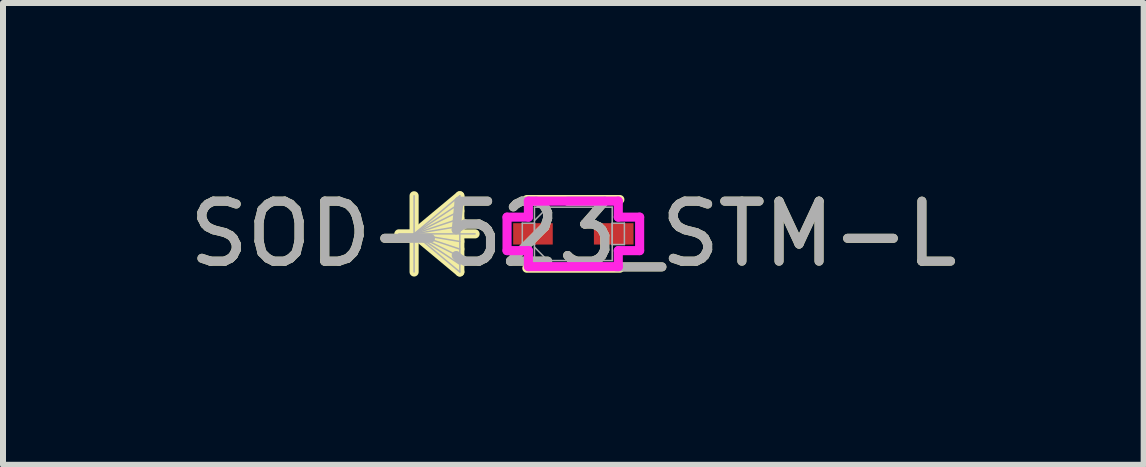
<source format=kicad_pcb>
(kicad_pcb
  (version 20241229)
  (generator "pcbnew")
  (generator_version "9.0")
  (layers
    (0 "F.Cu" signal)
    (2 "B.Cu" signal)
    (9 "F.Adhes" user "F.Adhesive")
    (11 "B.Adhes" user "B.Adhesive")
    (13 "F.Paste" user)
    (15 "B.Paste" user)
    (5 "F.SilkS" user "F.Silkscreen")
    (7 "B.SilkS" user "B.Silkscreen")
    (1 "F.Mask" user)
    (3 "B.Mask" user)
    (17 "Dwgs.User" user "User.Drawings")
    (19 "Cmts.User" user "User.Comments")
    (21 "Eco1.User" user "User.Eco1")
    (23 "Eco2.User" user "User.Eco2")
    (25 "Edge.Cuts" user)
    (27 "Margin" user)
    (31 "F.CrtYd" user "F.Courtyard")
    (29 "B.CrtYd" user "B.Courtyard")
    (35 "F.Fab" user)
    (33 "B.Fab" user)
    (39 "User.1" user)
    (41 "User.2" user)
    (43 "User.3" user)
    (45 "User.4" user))
  (footprint "SOD-523_STM-L"
    (layer "F.Cu")
    (at 6.506 0.848)
    (property "Reference" "SOD-523_STM-L" (at 0 0 0) (unlocked yes) (layer "F.SilkS") (effects (font (size 1 1) (thickness 0.15))))
    (attr smd)
    (fp_line (start -2.654 -0.635) (end -2.654 0.635) (stroke (width 0.152) (type solid)) (layer "F.SilkS"))
    (fp_line (start -2.654 0) (end -1.892 -0.635) (stroke (width 0.152) (type solid)) (layer "F.SilkS"))
    (fp_line (start -2.654 0) (end -1.892 -0.508) (stroke (width 0.152) (type solid)) (layer "F.SilkS"))
    (fp_line (start -2.654 0) (end -1.892 -0.381) (stroke (width 0.152) (type solid)) (layer "F.SilkS"))
    (fp_line (start -2.654 0) (end -1.892 -0.254) (stroke (width 0.152) (type solid)) (layer "F.SilkS"))
    (fp_line (start -2.654 0) (end -1.892 -0.127) (stroke (width 0.152) (type solid)) (layer "F.SilkS"))
    (fp_line (start -2.654 0) (end -1.892 0.127) (stroke (width 0.152) (type solid)) (layer "F.SilkS"))
    (fp_line (start -2.654 0) (end -1.892 0.254) (stroke (width 0.152) (type solid)) (layer "F.SilkS"))
    (fp_line (start -2.654 0) (end -1.892 0.381) (stroke (width 0.152) (type solid)) (layer "F.SilkS"))
    (fp_line (start -2.654 0) (end -1.892 0.508) (stroke (width 0.152) (type solid)) (layer "F.SilkS"))
    (fp_line (start -2.654 0) (end -1.892 0.635) (stroke (width 0.152) (type solid)) (layer "F.SilkS"))
    (fp_line (start -1.892 -0.635) (end -1.892 0.635) (stroke (width 0.152) (type solid)) (layer "F.SilkS"))
    (fp_line (start -1.638 0) (end -2.908 0) (stroke (width 0.152) (type solid)) (layer "F.SilkS"))
    (fp_line (start -0.775 0.572) (end 0.775 0.572) (stroke (width 0.152) (type solid)) (layer "F.SilkS"))
    (fp_line (start 0.775 -0.572) (end -0.775 -0.572) (stroke (width 0.152) (type solid)) (layer "F.SilkS"))
    (fp_line (start -1.105 -0.279) (end -0.749 -0.279) (stroke (width 0.152) (type solid)) (layer "F.CrtYd"))
    (fp_line (start -1.105 0.279) (end -1.105 -0.279) (stroke (width 0.152) (type solid)) (layer "F.CrtYd"))
    (fp_line (start -0.749 -0.546) (end 0.749 -0.546) (stroke (width 0.152) (type solid)) (layer "F.CrtYd"))
    (fp_line (start -0.749 -0.279) (end -0.749 -0.546) (stroke (width 0.152) (type solid)) (layer "F.CrtYd"))
    (fp_line (start -0.749 0.279) (end -1.105 0.279) (stroke (width 0.152) (type solid)) (layer "F.CrtYd"))
    (fp_line (start -0.749 0.546) (end -0.749 0.279) (stroke (width 0.152) (type solid)) (layer "F.CrtYd"))
    (fp_line (start 0.749 -0.546) (end 0.749 -0.279) (stroke (width 0.152) (type solid)) (layer "F.CrtYd"))
    (fp_line (start 0.749 -0.279) (end 1.105 -0.279) (stroke (width 0.152) (type solid)) (layer "F.CrtYd"))
    (fp_line (start 0.749 0.279) (end 0.749 0.546) (stroke (width 0.152) (type solid)) (layer "F.CrtYd"))
    (fp_line (start 0.749 0.546) (end -0.749 0.546) (stroke (width 0.152) (type solid)) (layer "F.CrtYd"))
    (fp_line (start 1.105 -0.279) (end 1.105 0.279) (stroke (width 0.152) (type solid)) (layer "F.CrtYd"))
    (fp_line (start 1.105 0.279) (end 0.749 0.279) (stroke (width 0.152) (type solid)) (layer "F.CrtYd"))
    (fp_line (start -2.654 -0.635) (end -2.654 0.635) (stroke (width 0.025) (type solid)) (layer "F.Fab"))
    (fp_line (start -2.654 0) (end -1.892 -0.635) (stroke (width 0.025) (type solid)) (layer "F.Fab"))
    (fp_line (start -2.654 0) (end -1.892 -0.508) (stroke (width 0.025) (type solid)) (layer "F.Fab"))
    (fp_line (start -2.654 0) (end -1.892 -0.381) (stroke (width 0.025) (type solid)) (layer "F.Fab"))
    (fp_line (start -2.654 0) (end -1.892 -0.254) (stroke (width 0.025) (type solid)) (layer "F.Fab"))
    (fp_line (start -2.654 0) (end -1.892 -0.127) (stroke (width 0.025) (type solid)) (layer "F.Fab"))
    (fp_line (start -2.654 0) (end -1.892 0.127) (stroke (width 0.025) (type solid)) (layer "F.Fab"))
    (fp_line (start -2.654 0) (end -1.892 0.254) (stroke (width 0.025) (type solid)) (layer "F.Fab"))
    (fp_line (start -2.654 0) (end -1.892 0.381) (stroke (width 0.025) (type solid)) (layer "F.Fab"))
    (fp_line (start -2.654 0) (end -1.892 0.508) (stroke (width 0.025) (type solid)) (layer "F.Fab"))
    (fp_line (start -2.654 0) (end -1.892 0.635) (stroke (width 0.025) (type solid)) (layer "F.Fab"))
    (fp_line (start -1.892 -0.635) (end -1.892 0.635) (stroke (width 0.025) (type solid)) (layer "F.Fab"))
    (fp_line (start -1.638 0) (end -2.908 0) (stroke (width 0.025) (type solid)) (layer "F.Fab"))
    (fp_line (start -0.851 -0.178) (end -0.851 0.178) (stroke (width 0.025) (type solid)) (layer "F.Fab"))
    (fp_line (start -0.851 0.178) (end -0.648 0.178) (stroke (width 0.025) (type solid)) (layer "F.Fab"))
    (fp_line (start -0.648 -0.445) (end -0.648 0.445) (stroke (width 0.025) (type solid)) (layer "F.Fab"))
    (fp_line (start -0.648 -0.222) (end -0.425 -0.445) (stroke (width 0.025) (type solid)) (layer "F.Fab"))
    (fp_line (start -0.648 -0.178) (end -0.851 -0.178) (stroke (width 0.025) (type solid)) (layer "F.Fab"))
    (fp_line (start -0.648 0.178) (end -0.648 -0.178) (stroke (width 0.025) (type solid)) (layer "F.Fab"))
    (fp_line (start -0.648 0.222) (end -0.425 0.445) (stroke (width 0.025) (type solid)) (layer "F.Fab"))
    (fp_line (start -0.648 0.445) (end 0.648 0.445) (stroke (width 0.025) (type solid)) (layer "F.Fab"))
    (fp_line (start 0.648 -0.445) (end -0.648 -0.445) (stroke (width 0.025) (type solid)) (layer "F.Fab"))
    (fp_line (start 0.648 -0.178) (end 0.648 0.178) (stroke (width 0.025) (type solid)) (layer "F.Fab"))
    (fp_line (start 0.648 0.178) (end 0.851 0.178) (stroke (width 0.025) (type solid)) (layer "F.Fab"))
    (fp_line (start 0.648 0.445) (end 0.648 -0.445) (stroke (width 0.025) (type solid)) (layer "F.Fab"))
    (fp_line (start 0.851 -0.178) (end 0.648 -0.178) (stroke (width 0.025) (type solid)) (layer "F.Fab"))
    (fp_line (start 0.851 0.178) (end 0.851 -0.178) (stroke (width 0.025) (type solid)) (layer "F.Fab"))
    (fp_text user "${REFERENCE}" (at 0 0 0) (unlocked yes) (layer "F.Fab") (effects (font (size 1 1) (thickness 0.15))))
    (pad "1" smd rect (at -0.673 0) (size 0.66 0.356) (layers "F.Cu" "F.Mask" "F.Paste"))
    (pad "2" smd rect (at 0.673 0) (size 0.66 0.356) (layers "F.Cu" "F.Mask" "F.Paste")))
  (gr_rect
    (start -3 -3)
    (end 16.012 4.697)
    (stroke (width 0.1) (type default))
    (fill no)
    (layer "Edge.Cuts")))
</source>
